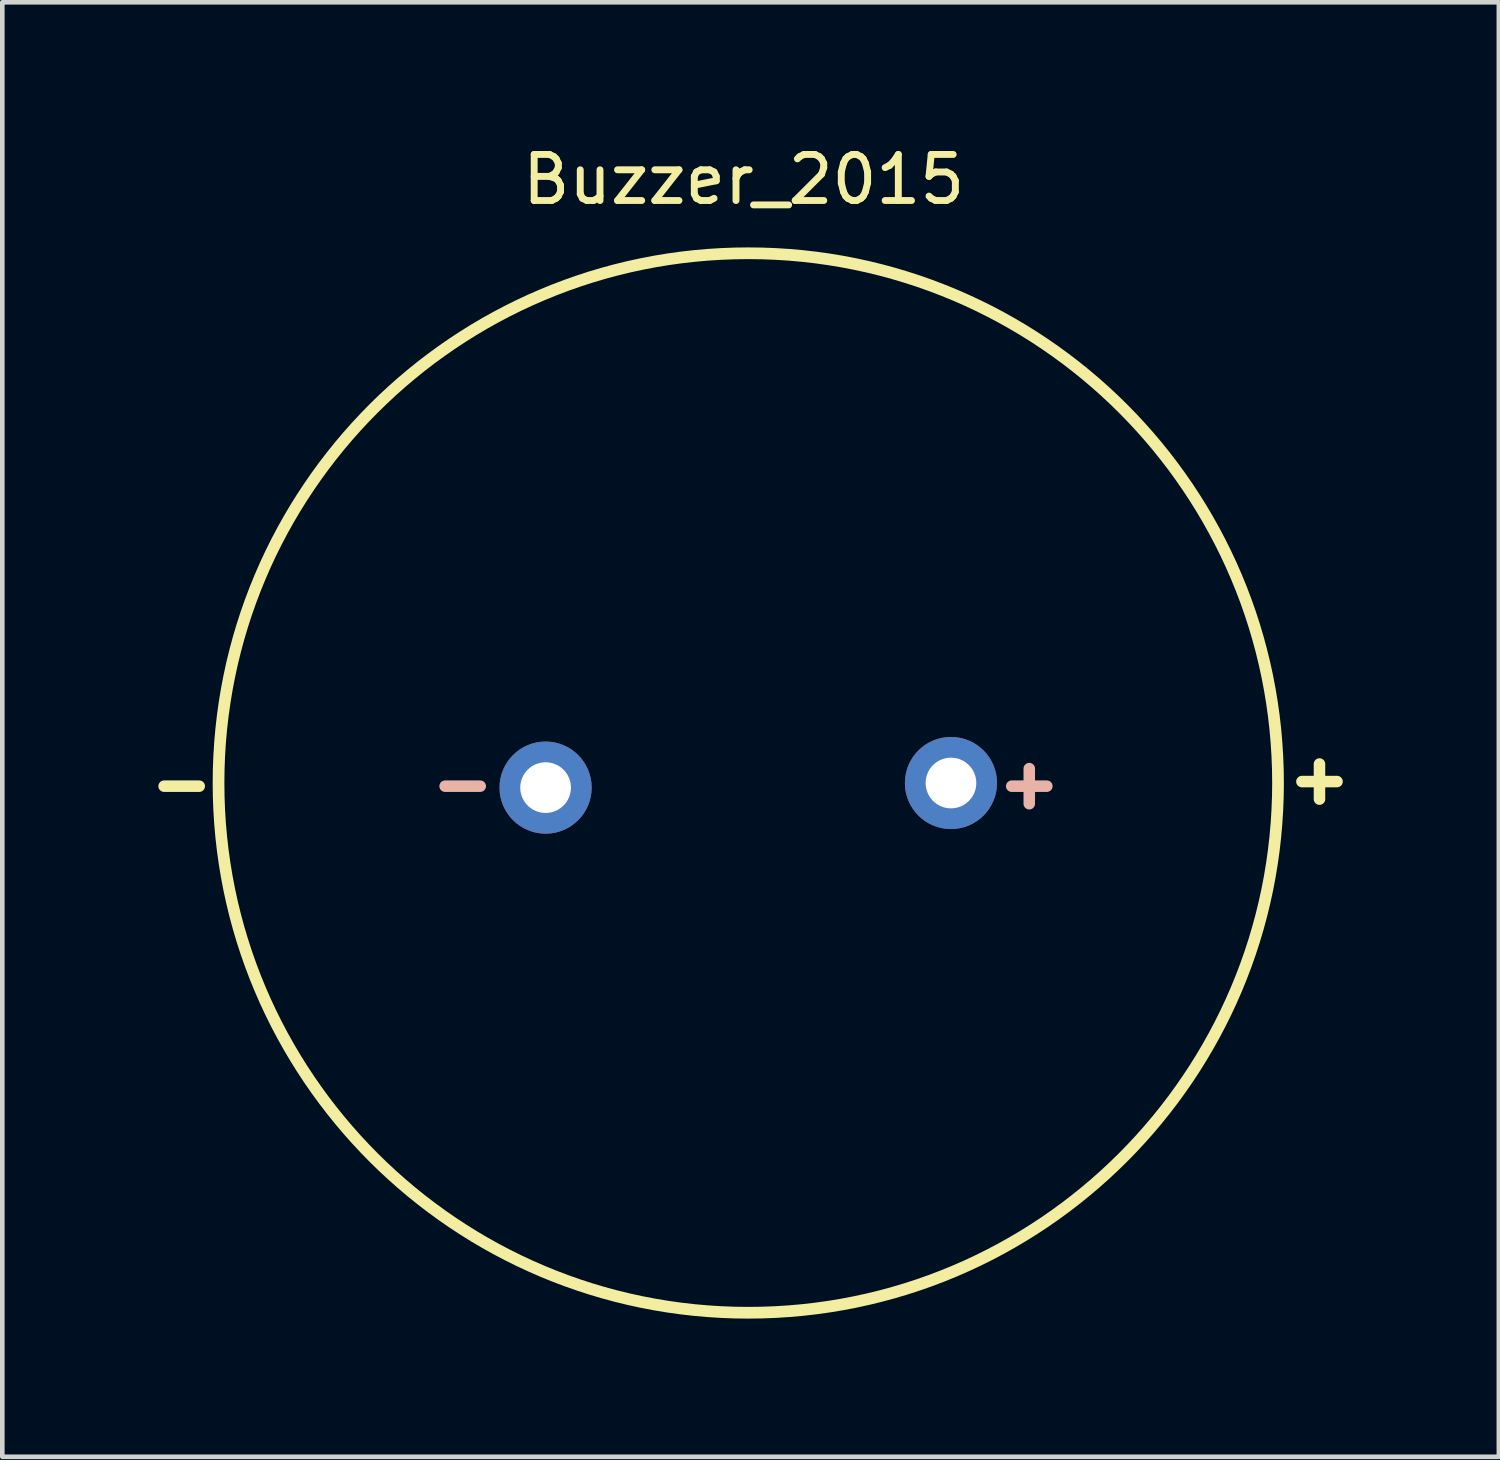
<source format=kicad_pcb>
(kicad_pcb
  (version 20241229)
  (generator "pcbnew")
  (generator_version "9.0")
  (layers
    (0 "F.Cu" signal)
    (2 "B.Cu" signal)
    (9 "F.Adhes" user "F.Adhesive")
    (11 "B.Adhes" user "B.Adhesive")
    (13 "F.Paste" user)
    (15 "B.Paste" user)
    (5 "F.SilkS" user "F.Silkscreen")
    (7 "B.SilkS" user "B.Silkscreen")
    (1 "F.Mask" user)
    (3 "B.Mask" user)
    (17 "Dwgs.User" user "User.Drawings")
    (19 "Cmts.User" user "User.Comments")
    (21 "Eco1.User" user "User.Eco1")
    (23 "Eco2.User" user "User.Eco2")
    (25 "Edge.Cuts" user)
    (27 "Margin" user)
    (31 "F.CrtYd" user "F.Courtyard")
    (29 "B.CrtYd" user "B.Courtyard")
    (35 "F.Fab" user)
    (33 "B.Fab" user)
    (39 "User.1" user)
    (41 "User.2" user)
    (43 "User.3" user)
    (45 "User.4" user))
  (footprint "Buzzer_2015"
    (layer "F.Cu")
    (at 13.194 13.948)
    (property "Reference" "Buzzer_2015" (at -0.1 -13.1 0) (layer "F.SilkS") (effects (font (size 1 1) (thickness 0.15))))
    (attr through_hole)
    (fp_circle (center 0 0) (end 11.5 0) (stroke (width 0.254) (type solid)) (fill no) (layer "F.SilkS"))
    (fp_text user "-" (at -12.3 0 0) (layer "F.SilkS") (effects (font (size 1 1) (thickness 0.25))))
    (fp_text user "+" (at 12.4 -0.1 0) (layer "F.SilkS") (effects (font (size 1 1) (thickness 0.25))))
    (fp_text user "+" (at 6.1 0 0) (layer "B.SilkS") (effects (font (size 1 1) (thickness 0.25))))
    (fp_text user "-" (at -6.2 0 0) (layer "B.SilkS") (effects (font (size 1 1) (thickness 0.25))))
    (pad "1" thru_hole circle (at 4.4 0) (size 2 2) (drill 1.1) (layers "*.Cu" "*.Mask"))
    (pad "2" thru_hole circle (at -4.4 0.1) (size 2 2) (drill 1.1) (layers "*.Cu" "*.Mask")))
  (gr_rect
    (start -3 -3)
    (end 29.488 28.575)
    (stroke (width 0.1) (type default))
    (fill no)
    (layer "Edge.Cuts")))
</source>
